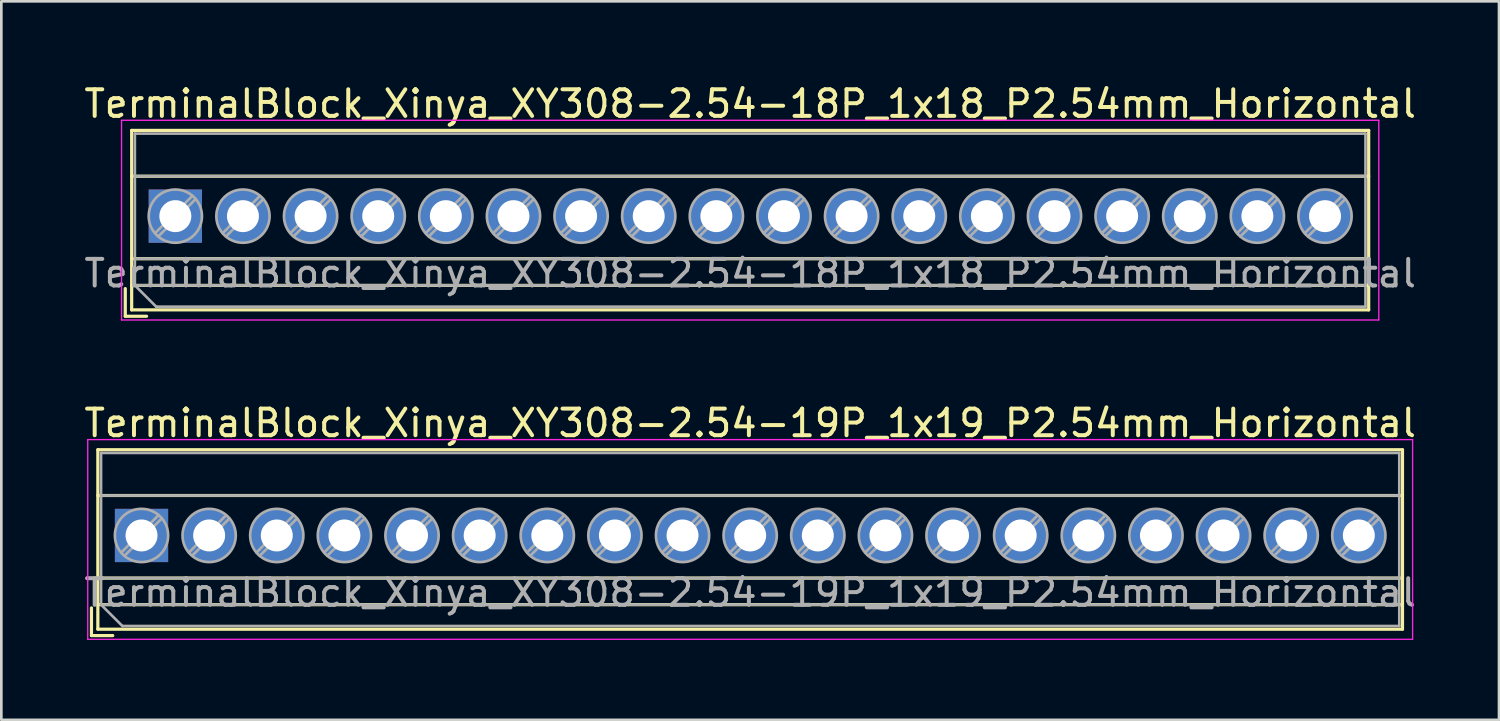
<source format=kicad_pcb>
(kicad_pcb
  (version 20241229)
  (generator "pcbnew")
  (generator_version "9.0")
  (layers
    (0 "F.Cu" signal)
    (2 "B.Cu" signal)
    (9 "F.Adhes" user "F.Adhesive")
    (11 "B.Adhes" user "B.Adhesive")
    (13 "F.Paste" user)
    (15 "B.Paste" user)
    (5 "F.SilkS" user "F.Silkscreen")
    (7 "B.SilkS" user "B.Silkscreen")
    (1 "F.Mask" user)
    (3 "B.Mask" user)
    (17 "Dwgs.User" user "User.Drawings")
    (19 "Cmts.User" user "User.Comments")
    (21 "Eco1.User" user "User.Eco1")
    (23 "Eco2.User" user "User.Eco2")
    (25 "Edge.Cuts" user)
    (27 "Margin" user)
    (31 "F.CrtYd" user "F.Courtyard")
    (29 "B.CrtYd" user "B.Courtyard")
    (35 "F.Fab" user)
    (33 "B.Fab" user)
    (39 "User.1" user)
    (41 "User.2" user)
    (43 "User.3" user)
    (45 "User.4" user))
  (footprint "TerminalBlock_Xinya_XY308-2.54-18P_1x18_P2.54mm_Horizontal"
    (layer "F.Cu")
    (at 3.535 5.068)
    (property "Reference" "TerminalBlock_Xinya_XY308-2.54-18P_1x18_P2.54mm_Horizontal" (at 21.59 -4.22 0) (layer "F.SilkS") (effects (font (size 1 1) (thickness 0.15))))
    (attr through_hole)
    (fp_line (start -1.88 2.72) (end -1.88 3.76) (stroke (width 0.12) (type solid)) (layer "F.SilkS"))
    (fp_line (start -1.88 3.76) (end -1.08 3.76) (stroke (width 0.12) (type solid)) (layer "F.SilkS"))
    (fp_line (start -1.64 -3.22) (end -1.64 3.52) (stroke (width 0.12) (type solid)) (layer "F.SilkS"))
    (fp_line (start -1.64 -3.22) (end 44.82 -3.22) (stroke (width 0.12) (type solid)) (layer "F.SilkS"))
    (fp_line (start -1.64 -1.501) (end 44.82 -1.501) (stroke (width 0.12) (type solid)) (layer "F.SilkS"))
    (fp_line (start -1.64 1.6) (end 44.82 1.6) (stroke (width 0.12) (type solid)) (layer "F.SilkS"))
    (fp_line (start -1.64 2.6) (end 44.82 2.6) (stroke (width 0.12) (type solid)) (layer "F.SilkS"))
    (fp_line (start -1.64 3.52) (end 44.82 3.52) (stroke (width 0.12) (type solid)) (layer "F.SilkS"))
    (fp_line (start 44.82 -3.22) (end 44.82 3.52) (stroke (width 0.12) (type solid)) (layer "F.SilkS"))
    (fp_line (start -2.02 -3.6) (end -2.02 3.9) (stroke (width 0.05) (type solid)) (layer "F.CrtYd"))
    (fp_line (start -2.02 3.9) (end 45.2 3.9) (stroke (width 0.05) (type solid)) (layer "F.CrtYd"))
    (fp_line (start 45.2 -3.6) (end -2.02 -3.6) (stroke (width 0.05) (type solid)) (layer "F.CrtYd"))
    (fp_line (start 45.2 3.9) (end 45.2 -3.6) (stroke (width 0.05) (type solid)) (layer "F.CrtYd"))
    (fp_line (start -1.52 -3.1) (end 44.7 -3.1) (stroke (width 0.1) (type solid)) (layer "F.Fab"))
    (fp_line (start -1.52 -1.5) (end 44.7 -1.5) (stroke (width 0.1) (type solid)) (layer "F.Fab"))
    (fp_line (start -1.52 1.6) (end 44.7 1.6) (stroke (width 0.1) (type solid)) (layer "F.Fab"))
    (fp_line (start -1.52 2.6) (end -1.52 -3.1) (stroke (width 0.1) (type solid)) (layer "F.Fab"))
    (fp_line (start -1.52 2.6) (end 44.7 2.6) (stroke (width 0.1) (type solid)) (layer "F.Fab"))
    (fp_line (start -0.72 3.4) (end -1.52 2.6) (stroke (width 0.1) (type solid)) (layer "F.Fab"))
    (fp_line (start 0.637 -0.759) (end -0.759 0.637) (stroke (width 0.1) (type solid)) (layer "F.Fab"))
    (fp_line (start 0.759 -0.637) (end -0.637 0.759) (stroke (width 0.1) (type solid)) (layer "F.Fab"))
    (fp_line (start 3.177 -0.759) (end 1.782 0.637) (stroke (width 0.1) (type solid)) (layer "F.Fab"))
    (fp_line (start 3.299 -0.637) (end 1.904 0.759) (stroke (width 0.1) (type solid)) (layer "F.Fab"))
    (fp_line (start 5.717 -0.759) (end 4.322 0.637) (stroke (width 0.1) (type solid)) (layer "F.Fab"))
    (fp_line (start 5.839 -0.637) (end 4.444 0.759) (stroke (width 0.1) (type solid)) (layer "F.Fab"))
    (fp_line (start 8.257 -0.759) (end 6.862 0.637) (stroke (width 0.1) (type solid)) (layer "F.Fab"))
    (fp_line (start 8.379 -0.637) (end 6.984 0.759) (stroke (width 0.1) (type solid)) (layer "F.Fab"))
    (fp_line (start 10.797 -0.759) (end 9.402 0.637) (stroke (width 0.1) (type solid)) (layer "F.Fab"))
    (fp_line (start 10.919 -0.637) (end 9.524 0.759) (stroke (width 0.1) (type solid)) (layer "F.Fab"))
    (fp_line (start 13.337 -0.759) (end 11.942 0.637) (stroke (width 0.1) (type solid)) (layer "F.Fab"))
    (fp_line (start 13.459 -0.637) (end 12.064 0.759) (stroke (width 0.1) (type solid)) (layer "F.Fab"))
    (fp_line (start 15.877 -0.759) (end 14.482 0.637) (stroke (width 0.1) (type solid)) (layer "F.Fab"))
    (fp_line (start 15.999 -0.637) (end 14.604 0.759) (stroke (width 0.1) (type solid)) (layer "F.Fab"))
    (fp_line (start 18.417 -0.759) (end 17.022 0.637) (stroke (width 0.1) (type solid)) (layer "F.Fab"))
    (fp_line (start 18.539 -0.637) (end 17.144 0.759) (stroke (width 0.1) (type solid)) (layer "F.Fab"))
    (fp_line (start 20.957 -0.759) (end 19.562 0.637) (stroke (width 0.1) (type solid)) (layer "F.Fab"))
    (fp_line (start 21.079 -0.637) (end 19.684 0.759) (stroke (width 0.1) (type solid)) (layer "F.Fab"))
    (fp_line (start 23.497 -0.759) (end 22.102 0.637) (stroke (width 0.1) (type solid)) (layer "F.Fab"))
    (fp_line (start 23.619 -0.637) (end 22.224 0.759) (stroke (width 0.1) (type solid)) (layer "F.Fab"))
    (fp_line (start 26.037 -0.759) (end 24.642 0.637) (stroke (width 0.1) (type solid)) (layer "F.Fab"))
    (fp_line (start 26.159 -0.637) (end 24.764 0.759) (stroke (width 0.1) (type solid)) (layer "F.Fab"))
    (fp_line (start 28.577 -0.759) (end 27.182 0.637) (stroke (width 0.1) (type solid)) (layer "F.Fab"))
    (fp_line (start 28.699 -0.637) (end 27.304 0.759) (stroke (width 0.1) (type solid)) (layer "F.Fab"))
    (fp_line (start 31.117 -0.759) (end 29.722 0.637) (stroke (width 0.1) (type solid)) (layer "F.Fab"))
    (fp_line (start 31.239 -0.637) (end 29.844 0.759) (stroke (width 0.1) (type solid)) (layer "F.Fab"))
    (fp_line (start 33.657 -0.759) (end 32.262 0.637) (stroke (width 0.1) (type solid)) (layer "F.Fab"))
    (fp_line (start 33.779 -0.637) (end 32.384 0.759) (stroke (width 0.1) (type solid)) (layer "F.Fab"))
    (fp_line (start 36.197 -0.759) (end 34.802 0.637) (stroke (width 0.1) (type solid)) (layer "F.Fab"))
    (fp_line (start 36.319 -0.637) (end 34.924 0.759) (stroke (width 0.1) (type solid)) (layer "F.Fab"))
    (fp_line (start 38.737 -0.759) (end 37.342 0.637) (stroke (width 0.1) (type solid)) (layer "F.Fab"))
    (fp_line (start 38.859 -0.637) (end 37.464 0.759) (stroke (width 0.1) (type solid)) (layer "F.Fab"))
    (fp_line (start 41.277 -0.759) (end 39.882 0.637) (stroke (width 0.1) (type solid)) (layer "F.Fab"))
    (fp_line (start 41.399 -0.637) (end 40.004 0.759) (stroke (width 0.1) (type solid)) (layer "F.Fab"))
    (fp_line (start 43.817 -0.759) (end 42.422 0.637) (stroke (width 0.1) (type solid)) (layer "F.Fab"))
    (fp_line (start 43.939 -0.637) (end 42.544 0.759) (stroke (width 0.1) (type solid)) (layer "F.Fab"))
    (fp_line (start 44.7 -3.1) (end 44.7 3.4) (stroke (width 0.1) (type solid)) (layer "F.Fab"))
    (fp_line (start 44.7 3.4) (end -0.72 3.4) (stroke (width 0.1) (type solid)) (layer "F.Fab"))
    (fp_circle (center 0 0) (end 1 0) (stroke (width 0.1) (type solid)) (fill no) (layer "F.Fab"))
    (fp_circle (center 2.54 0) (end 3.54 0) (stroke (width 0.1) (type solid)) (fill no) (layer "F.Fab"))
    (fp_circle (center 5.08 0) (end 6.08 0) (stroke (width 0.1) (type solid)) (fill no) (layer "F.Fab"))
    (fp_circle (center 7.62 0) (end 8.62 0) (stroke (width 0.1) (type solid)) (fill no) (layer "F.Fab"))
    (fp_circle (center 10.16 0) (end 11.16 0) (stroke (width 0.1) (type solid)) (fill no) (layer "F.Fab"))
    (fp_circle (center 12.7 0) (end 13.7 0) (stroke (width 0.1) (type solid)) (fill no) (layer "F.Fab"))
    (fp_circle (center 15.24 0) (end 16.24 0) (stroke (width 0.1) (type solid)) (fill no) (layer "F.Fab"))
    (fp_circle (center 17.78 0) (end 18.78 0) (stroke (width 0.1) (type solid)) (fill no) (layer "F.Fab"))
    (fp_circle (center 20.32 0) (end 21.32 0) (stroke (width 0.1) (type solid)) (fill no) (layer "F.Fab"))
    (fp_circle (center 22.86 0) (end 23.86 0) (stroke (width 0.1) (type solid)) (fill no) (layer "F.Fab"))
    (fp_circle (center 25.4 0) (end 26.4 0) (stroke (width 0.1) (type solid)) (fill no) (layer "F.Fab"))
    (fp_circle (center 27.94 0) (end 28.94 0) (stroke (width 0.1) (type solid)) (fill no) (layer "F.Fab"))
    (fp_circle (center 30.48 0) (end 31.48 0) (stroke (width 0.1) (type solid)) (fill no) (layer "F.Fab"))
    (fp_circle (center 33.02 0) (end 34.02 0) (stroke (width 0.1) (type solid)) (fill no) (layer "F.Fab"))
    (fp_circle (center 35.56 0) (end 36.56 0) (stroke (width 0.1) (type solid)) (fill no) (layer "F.Fab"))
    (fp_circle (center 38.1 0) (end 39.1 0) (stroke (width 0.1) (type solid)) (fill no) (layer "F.Fab"))
    (fp_circle (center 40.64 0) (end 41.64 0) (stroke (width 0.1) (type solid)) (fill no) (layer "F.Fab"))
    (fp_circle (center 43.18 0) (end 44.18 0) (stroke (width 0.1) (type solid)) (fill no) (layer "F.Fab"))
    (fp_text user "${REFERENCE}" (at 21.59 2.15 0) (layer "F.Fab") (effects (font (size 1 1) (thickness 0.15))))
    (pad "1" thru_hole rect (at 0 0) (size 2 2) (drill 1.2) (layers "*.Cu" "*.Mask"))
    (pad "2" thru_hole circle (at 2.54 0) (size 2 2) (drill 1.2) (layers "*.Cu" "*.Mask"))
    (pad "3" thru_hole circle (at 5.08 0) (size 2 2) (drill 1.2) (layers "*.Cu" "*.Mask"))
    (pad "4" thru_hole circle (at 7.62 0) (size 2 2) (drill 1.2) (layers "*.Cu" "*.Mask"))
    (pad "5" thru_hole circle (at 10.16 0) (size 2 2) (drill 1.2) (layers "*.Cu" "*.Mask"))
    (pad "6" thru_hole circle (at 12.7 0) (size 2 2) (drill 1.2) (layers "*.Cu" "*.Mask"))
    (pad "7" thru_hole circle (at 15.24 0) (size 2 2) (drill 1.2) (layers "*.Cu" "*.Mask"))
    (pad "8" thru_hole circle (at 17.78 0) (size 2 2) (drill 1.2) (layers "*.Cu" "*.Mask"))
    (pad "9" thru_hole circle (at 20.32 0) (size 2 2) (drill 1.2) (layers "*.Cu" "*.Mask"))
    (pad "10" thru_hole circle (at 22.86 0) (size 2 2) (drill 1.2) (layers "*.Cu" "*.Mask"))
    (pad "11" thru_hole circle (at 25.4 0) (size 2 2) (drill 1.2) (layers "*.Cu" "*.Mask"))
    (pad "12" thru_hole circle (at 27.94 0) (size 2 2) (drill 1.2) (layers "*.Cu" "*.Mask"))
    (pad "13" thru_hole circle (at 30.48 0) (size 2 2) (drill 1.2) (layers "*.Cu" "*.Mask"))
    (pad "14" thru_hole circle (at 33.02 0) (size 2 2) (drill 1.2) (layers "*.Cu" "*.Mask"))
    (pad "15" thru_hole circle (at 35.56 0) (size 2 2) (drill 1.2) (layers "*.Cu" "*.Mask"))
    (pad "16" thru_hole circle (at 38.1 0) (size 2 2) (drill 1.2) (layers "*.Cu" "*.Mask"))
    (pad "17" thru_hole circle (at 40.64 0) (size 2 2) (drill 1.2) (layers "*.Cu" "*.Mask"))
    (pad "18" thru_hole circle (at 43.18 0) (size 2 2) (drill 1.2) (layers "*.Cu" "*.Mask")))
  (footprint "TerminalBlock_Xinya_XY308-2.54-19P_1x19_P2.54mm_Horizontal"
    (layer "F.Cu")
    (at 2.265 17.061)
    (property "Reference" "TerminalBlock_Xinya_XY308-2.54-19P_1x19_P2.54mm_Horizontal" (at 22.86 -4.22 0) (layer "F.SilkS") (effects (font (size 1 1) (thickness 0.15))))
    (attr through_hole)
    (fp_line (start -1.88 2.72) (end -1.88 3.76) (stroke (width 0.12) (type solid)) (layer "F.SilkS"))
    (fp_line (start -1.88 3.76) (end -1.08 3.76) (stroke (width 0.12) (type solid)) (layer "F.SilkS"))
    (fp_line (start -1.64 -3.22) (end -1.64 3.52) (stroke (width 0.12) (type solid)) (layer "F.SilkS"))
    (fp_line (start -1.64 -3.22) (end 47.36 -3.22) (stroke (width 0.12) (type solid)) (layer "F.SilkS"))
    (fp_line (start -1.64 -1.501) (end 47.36 -1.501) (stroke (width 0.12) (type solid)) (layer "F.SilkS"))
    (fp_line (start -1.64 1.6) (end 47.36 1.6) (stroke (width 0.12) (type solid)) (layer "F.SilkS"))
    (fp_line (start -1.64 2.6) (end 47.36 2.6) (stroke (width 0.12) (type solid)) (layer "F.SilkS"))
    (fp_line (start -1.64 3.52) (end 47.36 3.52) (stroke (width 0.12) (type solid)) (layer "F.SilkS"))
    (fp_line (start 47.36 -3.22) (end 47.36 3.52) (stroke (width 0.12) (type solid)) (layer "F.SilkS"))
    (fp_line (start -2.02 -3.6) (end -2.02 3.9) (stroke (width 0.05) (type solid)) (layer "F.CrtYd"))
    (fp_line (start -2.02 3.9) (end 47.74 3.9) (stroke (width 0.05) (type solid)) (layer "F.CrtYd"))
    (fp_line (start 47.74 -3.6) (end -2.02 -3.6) (stroke (width 0.05) (type solid)) (layer "F.CrtYd"))
    (fp_line (start 47.74 3.9) (end 47.74 -3.6) (stroke (width 0.05) (type solid)) (layer "F.CrtYd"))
    (fp_line (start -1.52 -3.1) (end 47.24 -3.1) (stroke (width 0.1) (type solid)) (layer "F.Fab"))
    (fp_line (start -1.52 -1.5) (end 47.24 -1.5) (stroke (width 0.1) (type solid)) (layer "F.Fab"))
    (fp_line (start -1.52 1.6) (end 47.24 1.6) (stroke (width 0.1) (type solid)) (layer "F.Fab"))
    (fp_line (start -1.52 2.6) (end -1.52 -3.1) (stroke (width 0.1) (type solid)) (layer "F.Fab"))
    (fp_line (start -1.52 2.6) (end 47.24 2.6) (stroke (width 0.1) (type solid)) (layer "F.Fab"))
    (fp_line (start -0.72 3.4) (end -1.52 2.6) (stroke (width 0.1) (type solid)) (layer "F.Fab"))
    (fp_line (start 0.637 -0.759) (end -0.759 0.637) (stroke (width 0.1) (type solid)) (layer "F.Fab"))
    (fp_line (start 0.759 -0.637) (end -0.637 0.759) (stroke (width 0.1) (type solid)) (layer "F.Fab"))
    (fp_line (start 3.177 -0.759) (end 1.782 0.637) (stroke (width 0.1) (type solid)) (layer "F.Fab"))
    (fp_line (start 3.299 -0.637) (end 1.904 0.759) (stroke (width 0.1) (type solid)) (layer "F.Fab"))
    (fp_line (start 5.717 -0.759) (end 4.322 0.637) (stroke (width 0.1) (type solid)) (layer "F.Fab"))
    (fp_line (start 5.839 -0.637) (end 4.444 0.759) (stroke (width 0.1) (type solid)) (layer "F.Fab"))
    (fp_line (start 8.257 -0.759) (end 6.862 0.637) (stroke (width 0.1) (type solid)) (layer "F.Fab"))
    (fp_line (start 8.379 -0.637) (end 6.984 0.759) (stroke (width 0.1) (type solid)) (layer "F.Fab"))
    (fp_line (start 10.797 -0.759) (end 9.402 0.637) (stroke (width 0.1) (type solid)) (layer "F.Fab"))
    (fp_line (start 10.919 -0.637) (end 9.524 0.759) (stroke (width 0.1) (type solid)) (layer "F.Fab"))
    (fp_line (start 13.337 -0.759) (end 11.942 0.637) (stroke (width 0.1) (type solid)) (layer "F.Fab"))
    (fp_line (start 13.459 -0.637) (end 12.064 0.759) (stroke (width 0.1) (type solid)) (layer "F.Fab"))
    (fp_line (start 15.877 -0.759) (end 14.482 0.637) (stroke (width 0.1) (type solid)) (layer "F.Fab"))
    (fp_line (start 15.999 -0.637) (end 14.604 0.759) (stroke (width 0.1) (type solid)) (layer "F.Fab"))
    (fp_line (start 18.417 -0.759) (end 17.022 0.637) (stroke (width 0.1) (type solid)) (layer "F.Fab"))
    (fp_line (start 18.539 -0.637) (end 17.144 0.759) (stroke (width 0.1) (type solid)) (layer "F.Fab"))
    (fp_line (start 20.957 -0.759) (end 19.562 0.637) (stroke (width 0.1) (type solid)) (layer "F.Fab"))
    (fp_line (start 21.079 -0.637) (end 19.684 0.759) (stroke (width 0.1) (type solid)) (layer "F.Fab"))
    (fp_line (start 23.497 -0.759) (end 22.102 0.637) (stroke (width 0.1) (type solid)) (layer "F.Fab"))
    (fp_line (start 23.619 -0.637) (end 22.224 0.759) (stroke (width 0.1) (type solid)) (layer "F.Fab"))
    (fp_line (start 26.037 -0.759) (end 24.642 0.637) (stroke (width 0.1) (type solid)) (layer "F.Fab"))
    (fp_line (start 26.159 -0.637) (end 24.764 0.759) (stroke (width 0.1) (type solid)) (layer "F.Fab"))
    (fp_line (start 28.577 -0.759) (end 27.182 0.637) (stroke (width 0.1) (type solid)) (layer "F.Fab"))
    (fp_line (start 28.699 -0.637) (end 27.304 0.759) (stroke (width 0.1) (type solid)) (layer "F.Fab"))
    (fp_line (start 31.117 -0.759) (end 29.722 0.637) (stroke (width 0.1) (type solid)) (layer "F.Fab"))
    (fp_line (start 31.239 -0.637) (end 29.844 0.759) (stroke (width 0.1) (type solid)) (layer "F.Fab"))
    (fp_line (start 33.657 -0.759) (end 32.262 0.637) (stroke (width 0.1) (type solid)) (layer "F.Fab"))
    (fp_line (start 33.779 -0.637) (end 32.384 0.759) (stroke (width 0.1) (type solid)) (layer "F.Fab"))
    (fp_line (start 36.197 -0.759) (end 34.802 0.637) (stroke (width 0.1) (type solid)) (layer "F.Fab"))
    (fp_line (start 36.319 -0.637) (end 34.924 0.759) (stroke (width 0.1) (type solid)) (layer "F.Fab"))
    (fp_line (start 38.737 -0.759) (end 37.342 0.637) (stroke (width 0.1) (type solid)) (layer "F.Fab"))
    (fp_line (start 38.859 -0.637) (end 37.464 0.759) (stroke (width 0.1) (type solid)) (layer "F.Fab"))
    (fp_line (start 41.277 -0.759) (end 39.882 0.637) (stroke (width 0.1) (type solid)) (layer "F.Fab"))
    (fp_line (start 41.399 -0.637) (end 40.004 0.759) (stroke (width 0.1) (type solid)) (layer "F.Fab"))
    (fp_line (start 43.817 -0.759) (end 42.422 0.637) (stroke (width 0.1) (type solid)) (layer "F.Fab"))
    (fp_line (start 43.939 -0.637) (end 42.544 0.759) (stroke (width 0.1) (type solid)) (layer "F.Fab"))
    (fp_line (start 46.357 -0.759) (end 44.962 0.637) (stroke (width 0.1) (type solid)) (layer "F.Fab"))
    (fp_line (start 46.479 -0.637) (end 45.084 0.759) (stroke (width 0.1) (type solid)) (layer "F.Fab"))
    (fp_line (start 47.24 -3.1) (end 47.24 3.4) (stroke (width 0.1) (type solid)) (layer "F.Fab"))
    (fp_line (start 47.24 3.4) (end -0.72 3.4) (stroke (width 0.1) (type solid)) (layer "F.Fab"))
    (fp_circle (center 0 0) (end 1 0) (stroke (width 0.1) (type solid)) (fill no) (layer "F.Fab"))
    (fp_circle (center 2.54 0) (end 3.54 0) (stroke (width 0.1) (type solid)) (fill no) (layer "F.Fab"))
    (fp_circle (center 5.08 0) (end 6.08 0) (stroke (width 0.1) (type solid)) (fill no) (layer "F.Fab"))
    (fp_circle (center 7.62 0) (end 8.62 0) (stroke (width 0.1) (type solid)) (fill no) (layer "F.Fab"))
    (fp_circle (center 10.16 0) (end 11.16 0) (stroke (width 0.1) (type solid)) (fill no) (layer "F.Fab"))
    (fp_circle (center 12.7 0) (end 13.7 0) (stroke (width 0.1) (type solid)) (fill no) (layer "F.Fab"))
    (fp_circle (center 15.24 0) (end 16.24 0) (stroke (width 0.1) (type solid)) (fill no) (layer "F.Fab"))
    (fp_circle (center 17.78 0) (end 18.78 0) (stroke (width 0.1) (type solid)) (fill no) (layer "F.Fab"))
    (fp_circle (center 20.32 0) (end 21.32 0) (stroke (width 0.1) (type solid)) (fill no) (layer "F.Fab"))
    (fp_circle (center 22.86 0) (end 23.86 0) (stroke (width 0.1) (type solid)) (fill no) (layer "F.Fab"))
    (fp_circle (center 25.4 0) (end 26.4 0) (stroke (width 0.1) (type solid)) (fill no) (layer "F.Fab"))
    (fp_circle (center 27.94 0) (end 28.94 0) (stroke (width 0.1) (type solid)) (fill no) (layer "F.Fab"))
    (fp_circle (center 30.48 0) (end 31.48 0) (stroke (width 0.1) (type solid)) (fill no) (layer "F.Fab"))
    (fp_circle (center 33.02 0) (end 34.02 0) (stroke (width 0.1) (type solid)) (fill no) (layer "F.Fab"))
    (fp_circle (center 35.56 0) (end 36.56 0) (stroke (width 0.1) (type solid)) (fill no) (layer "F.Fab"))
    (fp_circle (center 38.1 0) (end 39.1 0) (stroke (width 0.1) (type solid)) (fill no) (layer "F.Fab"))
    (fp_circle (center 40.64 0) (end 41.64 0) (stroke (width 0.1) (type solid)) (fill no) (layer "F.Fab"))
    (fp_circle (center 43.18 0) (end 44.18 0) (stroke (width 0.1) (type solid)) (fill no) (layer "F.Fab"))
    (fp_circle (center 45.72 0) (end 46.72 0) (stroke (width 0.1) (type solid)) (fill no) (layer "F.Fab"))
    (fp_text user "${REFERENCE}" (at 22.86 2.15 0) (layer "F.Fab") (effects (font (size 1 1) (thickness 0.15))))
    (pad "1" thru_hole rect (at 0 0) (size 2 2) (drill 1.2) (layers "*.Cu" "*.Mask"))
    (pad "2" thru_hole circle (at 2.54 0) (size 2 2) (drill 1.2) (layers "*.Cu" "*.Mask"))
    (pad "3" thru_hole circle (at 5.08 0) (size 2 2) (drill 1.2) (layers "*.Cu" "*.Mask"))
    (pad "4" thru_hole circle (at 7.62 0) (size 2 2) (drill 1.2) (layers "*.Cu" "*.Mask"))
    (pad "5" thru_hole circle (at 10.16 0) (size 2 2) (drill 1.2) (layers "*.Cu" "*.Mask"))
    (pad "6" thru_hole circle (at 12.7 0) (size 2 2) (drill 1.2) (layers "*.Cu" "*.Mask"))
    (pad "7" thru_hole circle (at 15.24 0) (size 2 2) (drill 1.2) (layers "*.Cu" "*.Mask"))
    (pad "8" thru_hole circle (at 17.78 0) (size 2 2) (drill 1.2) (layers "*.Cu" "*.Mask"))
    (pad "9" thru_hole circle (at 20.32 0) (size 2 2) (drill 1.2) (layers "*.Cu" "*.Mask"))
    (pad "10" thru_hole circle (at 22.86 0) (size 2 2) (drill 1.2) (layers "*.Cu" "*.Mask"))
    (pad "11" thru_hole circle (at 25.4 0) (size 2 2) (drill 1.2) (layers "*.Cu" "*.Mask"))
    (pad "12" thru_hole circle (at 27.94 0) (size 2 2) (drill 1.2) (layers "*.Cu" "*.Mask"))
    (pad "13" thru_hole circle (at 30.48 0) (size 2 2) (drill 1.2) (layers "*.Cu" "*.Mask"))
    (pad "14" thru_hole circle (at 33.02 0) (size 2 2) (drill 1.2) (layers "*.Cu" "*.Mask"))
    (pad "15" thru_hole circle (at 35.56 0) (size 2 2) (drill 1.2) (layers "*.Cu" "*.Mask"))
    (pad "16" thru_hole circle (at 38.1 0) (size 2 2) (drill 1.2) (layers "*.Cu" "*.Mask"))
    (pad "17" thru_hole circle (at 40.64 0) (size 2 2) (drill 1.2) (layers "*.Cu" "*.Mask"))
    (pad "18" thru_hole circle (at 43.18 0) (size 2 2) (drill 1.2) (layers "*.Cu" "*.Mask"))
    (pad "19" thru_hole circle (at 45.72 0) (size 2 2) (drill 1.2) (layers "*.Cu" "*.Mask")))
  (gr_rect
    (start -3 -3)
    (end 53.25 23.986)
    (stroke (width 0.1) (type default))
    (fill no)
    (layer "Edge.Cuts")))
</source>
